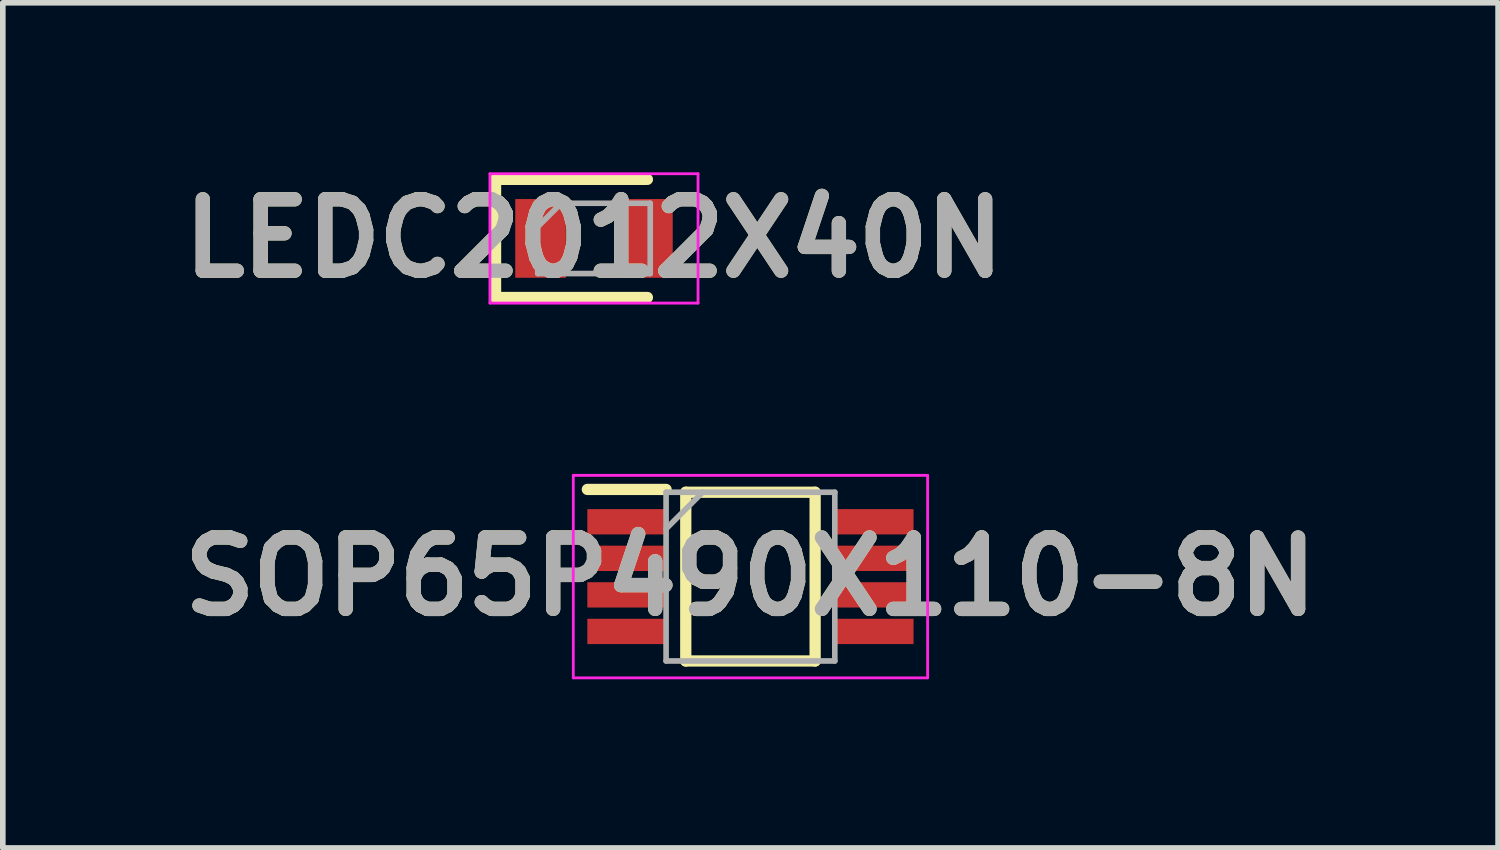
<source format=kicad_pcb>
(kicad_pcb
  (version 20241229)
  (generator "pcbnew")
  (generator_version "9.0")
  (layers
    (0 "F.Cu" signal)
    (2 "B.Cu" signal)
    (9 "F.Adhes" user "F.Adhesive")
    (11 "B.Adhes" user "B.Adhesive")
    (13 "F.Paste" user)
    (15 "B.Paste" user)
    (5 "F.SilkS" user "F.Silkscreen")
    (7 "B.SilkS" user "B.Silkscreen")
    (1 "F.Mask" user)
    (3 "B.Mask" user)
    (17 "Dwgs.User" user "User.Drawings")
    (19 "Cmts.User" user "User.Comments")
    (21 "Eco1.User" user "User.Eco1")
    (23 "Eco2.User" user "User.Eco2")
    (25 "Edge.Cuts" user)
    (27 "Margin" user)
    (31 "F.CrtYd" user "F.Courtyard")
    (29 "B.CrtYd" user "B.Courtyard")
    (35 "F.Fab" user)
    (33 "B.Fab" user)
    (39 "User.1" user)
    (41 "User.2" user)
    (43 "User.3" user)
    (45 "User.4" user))
  (footprint "SOP65P490X110-8N"
    (layer "F.Cu")
    (at 10.293 7.202)
    (property "Reference" "SOP65P490X110-8N" (at 0 0 0) (layer "F.SilkS") (effects (font (size 1.27 1.27) (thickness 0.254))))
    (attr smd)
    (fp_line (start -2.9 -1.55) (end -1.5 -1.55) (stroke (width 0.2) (type solid)) (layer "F.SilkS"))
    (fp_line (start -1.15 -1.5) (end 1.15 -1.5) (stroke (width 0.2) (type solid)) (layer "F.SilkS"))
    (fp_line (start -1.15 1.5) (end -1.15 -1.5) (stroke (width 0.2) (type solid)) (layer "F.SilkS"))
    (fp_line (start 1.15 -1.5) (end 1.15 1.5) (stroke (width 0.2) (type solid)) (layer "F.SilkS"))
    (fp_line (start 1.15 1.5) (end -1.15 1.5) (stroke (width 0.2) (type solid)) (layer "F.SilkS"))
    (fp_line (start -3.15 -1.8) (end 3.15 -1.8) (stroke (width 0.05) (type solid)) (layer "F.CrtYd"))
    (fp_line (start -3.15 1.8) (end -3.15 -1.8) (stroke (width 0.05) (type solid)) (layer "F.CrtYd"))
    (fp_line (start 3.15 -1.8) (end 3.15 1.8) (stroke (width 0.05) (type solid)) (layer "F.CrtYd"))
    (fp_line (start 3.15 1.8) (end -3.15 1.8) (stroke (width 0.05) (type solid)) (layer "F.CrtYd"))
    (fp_line (start -1.5 -1.5) (end 1.5 -1.5) (stroke (width 0.1) (type solid)) (layer "F.Fab"))
    (fp_line (start -1.5 -0.85) (end -0.85 -1.5) (stroke (width 0.1) (type solid)) (layer "F.Fab"))
    (fp_line (start -1.5 1.5) (end -1.5 -1.5) (stroke (width 0.1) (type solid)) (layer "F.Fab"))
    (fp_line (start 1.5 -1.5) (end 1.5 1.5) (stroke (width 0.1) (type solid)) (layer "F.Fab"))
    (fp_line (start 1.5 1.5) (end -1.5 1.5) (stroke (width 0.1) (type solid)) (layer "F.Fab"))
    (fp_text user "${REFERENCE}" (at 0 0 0) (layer "F.Fab") (effects (font (size 1.27 1.27) (thickness 0.254))))
    (pad "1" smd rect (at -2.2 -0.975 90) (size 0.45 1.4) (layers "F.Cu" "F.Mask" "F.Paste"))
    (pad "2" smd rect (at -2.2 -0.325 90) (size 0.45 1.4) (layers "F.Cu" "F.Mask" "F.Paste"))
    (pad "3" smd rect (at -2.2 0.325 90) (size 0.45 1.4) (layers "F.Cu" "F.Mask" "F.Paste"))
    (pad "4" smd rect (at -2.2 0.975 90) (size 0.45 1.4) (layers "F.Cu" "F.Mask" "F.Paste"))
    (pad "5" smd rect (at 2.2 0.975 90) (size 0.45 1.4) (layers "F.Cu" "F.Mask" "F.Paste"))
    (pad "6" smd rect (at 2.2 0.325 90) (size 0.45 1.4) (layers "F.Cu" "F.Mask" "F.Paste"))
    (pad "7" smd rect (at 2.2 -0.325 90) (size 0.45 1.4) (layers "F.Cu" "F.Mask" "F.Paste"))
    (pad "8" smd rect (at 2.2 -0.975 90) (size 0.45 1.4) (layers "F.Cu" "F.Mask" "F.Paste")))
  (footprint "LEDC2012X40N"
    (layer "F.Cu")
    (at 7.511 1.189)
    (property "Reference" "LEDC2012X40N" (at 0 0 0) (layer "F.SilkS") (effects (font (size 1.27 1.27) (thickness 0.254))))
    (attr smd)
    (fp_line (start -1.75 -1.05) (end -1.75 1.05) (stroke (width 0.2) (type solid)) (layer "F.SilkS"))
    (fp_line (start -1.75 1.05) (end 0.95 1.05) (stroke (width 0.2) (type solid)) (layer "F.SilkS"))
    (fp_line (start 0.95 -1.05) (end -1.75 -1.05) (stroke (width 0.2) (type solid)) (layer "F.SilkS"))
    (fp_line (start -1.85 -1.15) (end 1.85 -1.15) (stroke (width 0.05) (type solid)) (layer "F.CrtYd"))
    (fp_line (start -1.85 1.15) (end -1.85 -1.15) (stroke (width 0.05) (type solid)) (layer "F.CrtYd"))
    (fp_line (start 1.85 -1.15) (end 1.85 1.15) (stroke (width 0.05) (type solid)) (layer "F.CrtYd"))
    (fp_line (start 1.85 1.15) (end -1.85 1.15) (stroke (width 0.05) (type solid)) (layer "F.CrtYd"))
    (fp_line (start -1 -0.625) (end 1 -0.625) (stroke (width 0.1) (type solid)) (layer "F.Fab"))
    (fp_line (start -1 -0.208) (end -0.583 -0.625) (stroke (width 0.1) (type solid)) (layer "F.Fab"))
    (fp_line (start -1 0.625) (end -1 -0.625) (stroke (width 0.1) (type solid)) (layer "F.Fab"))
    (fp_line (start 1 -0.625) (end 1 0.625) (stroke (width 0.1) (type solid)) (layer "F.Fab"))
    (fp_line (start 1 0.625) (end -1 0.625) (stroke (width 0.1) (type solid)) (layer "F.Fab"))
    (fp_text user "${REFERENCE}" (at 0 0 0) (layer "F.Fab") (effects (font (size 1.27 1.27) (thickness 0.254))))
    (pad "1" smd rect (at -0.95 0) (size 0.9 1.4) (layers "F.Cu" "F.Mask" "F.Paste"))
    (pad "2" smd rect (at 0.95 0) (size 0.9 1.4) (layers "F.Cu" "F.Mask" "F.Paste")))
  (gr_rect
    (start -3 -3)
    (end 23.586 12.027)
    (stroke (width 0.1) (type default))
    (fill no)
    (layer "Edge.Cuts")))
</source>
